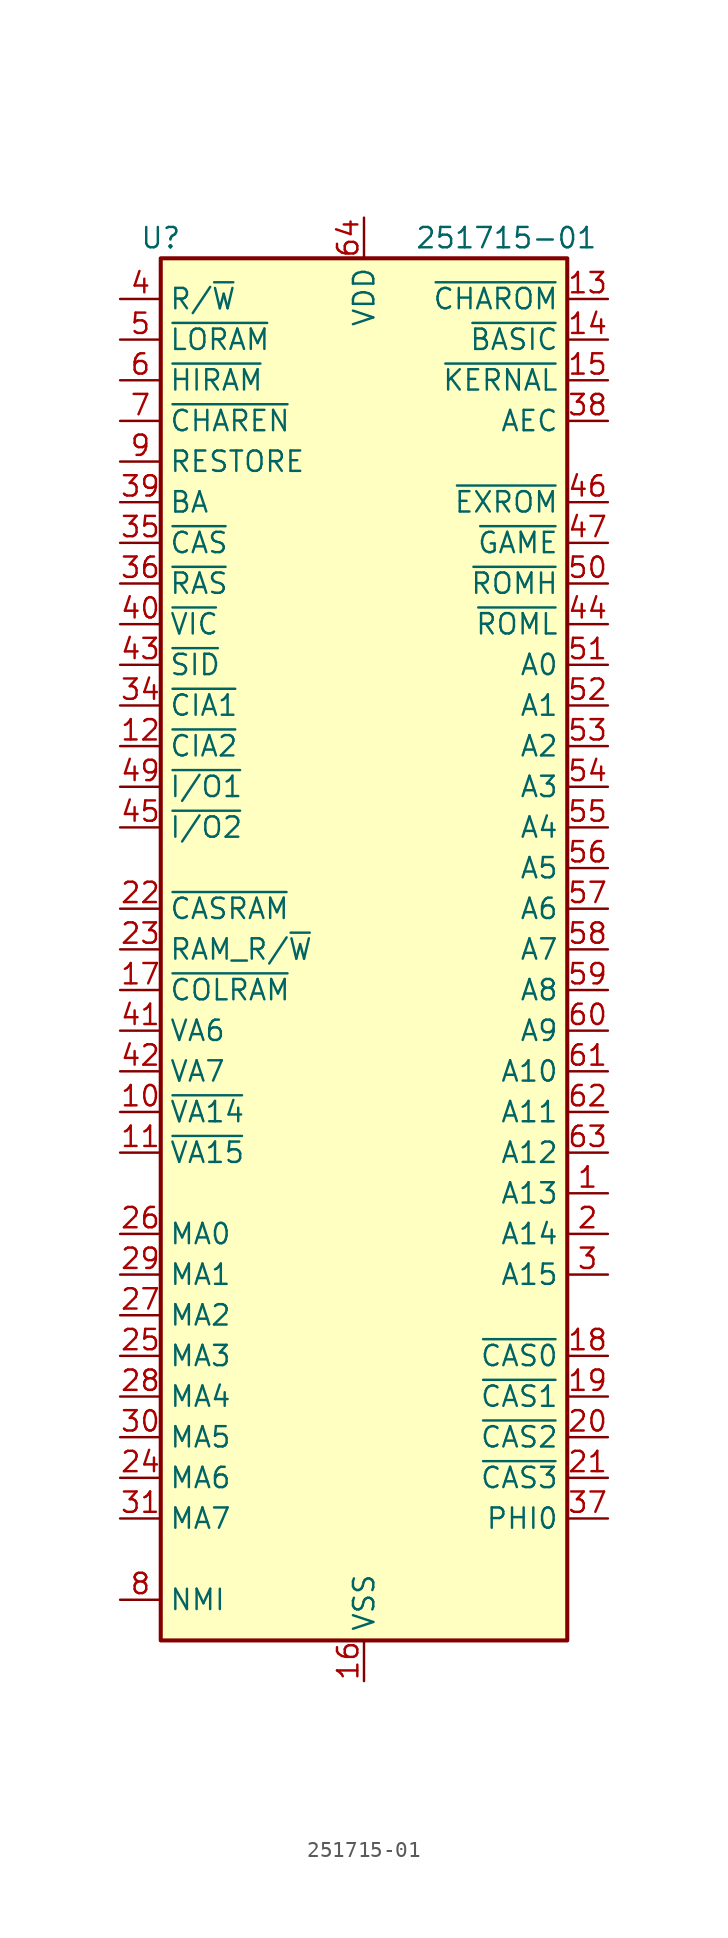
<source format=kicad_sym>
(kicad_symbol_lib
  (version 20220914)
  (generator kicad_symbol_editor)
  (symbol "251715-01"
    (property "Reference" "U"
      (at -12.7 44.45 0)
      (effects (font (size 1.27 1.27))))
    (property "Value" "251715-01"
      (at 8.89 44.45 0)
      (effects (font (size 1.27 1.27))))
    (symbol "251715-01_0_1"
      (rectangle (start -12.7 43.18) (end 12.7 -43.18) (stroke (width 0.254) (type solid)) (fill (type background))))
    (symbol "251715-01_1_1"
      (pin bidirectional line (at 15.24 -15.24 180) (length 2.54) (name "A13" (effects (font (size 1.27 1.27)))) (number "1" (effects (font (size 1.27 1.27)))))
      (pin input line (at -15.24 -10.16 0) (length 2.54) (name "~{VA14}" (effects (font (size 1.27 1.27)))) (number "10" (effects (font (size 1.27 1.27)))))
      (pin input line (at -15.24 -12.7 0) (length 2.54) (name "~{VA15}" (effects (font (size 1.27 1.27)))) (number "11" (effects (font (size 1.27 1.27)))))
      (pin output line (at -15.24 12.7 0) (length 2.54) (name "~{CIA2}" (effects (font (size 1.27 1.27)))) (number "12" (effects (font (size 1.27 1.27)))))
      (pin output line (at 15.24 40.64 180) (length 2.54) (name "~{CHAROM}" (effects (font (size 1.27 1.27)))) (number "13" (effects (font (size 1.27 1.27)))))
      (pin output line (at 15.24 38.1 180) (length 2.54) (name "~{BASIC}" (effects (font (size 1.27 1.27)))) (number "14" (effects (font (size 1.27 1.27)))))
      (pin output line (at 15.24 35.56 180) (length 2.54) (name "~{KERNAL}" (effects (font (size 1.27 1.27)))) (number "15" (effects (font (size 1.27 1.27)))))
      (pin power_in line (at 0 -45.72 90) (length 2.54) (name "VSS" (effects (font (size 1.27 1.27)))) (number "16" (effects (font (size 1.27 1.27)))))
      (pin output line (at -15.24 -2.54 0) (length 2.54) (name "~{COLRAM}" (effects (font (size 1.27 1.27)))) (number "17" (effects (font (size 1.27 1.27)))))
      (pin output line (at 15.24 -25.4 180) (length 2.54) (name "~{CAS0}" (effects (font (size 1.27 1.27)))) (number "18" (effects (font (size 1.27 1.27)))))
      (pin output line (at 15.24 -27.94 180) (length 2.54) (name "~{CAS1}" (effects (font (size 1.27 1.27)))) (number "19" (effects (font (size 1.27 1.27)))))
      (pin bidirectional line (at 15.24 -17.78 180) (length 2.54) (name "A14" (effects (font (size 1.27 1.27)))) (number "2" (effects (font (size 1.27 1.27)))))
      (pin output line (at 15.24 -30.48 180) (length 2.54) (name "~{CAS2}" (effects (font (size 1.27 1.27)))) (number "20" (effects (font (size 1.27 1.27)))))
      (pin output line (at 15.24 -33.02 180) (length 2.54) (name "~{CAS3}" (effects (font (size 1.27 1.27)))) (number "21" (effects (font (size 1.27 1.27)))))
      (pin output line (at -15.24 2.54 0) (length 2.54) (name "~{CASRAM}" (effects (font (size 1.27 1.27)))) (number "22" (effects (font (size 1.27 1.27)))))
      (pin output line (at -15.24 0 0) (length 2.54) (name "RAM_R/~{W}" (effects (font (size 1.27 1.27)))) (number "23" (effects (font (size 1.27 1.27)))))
      (pin bidirectional line (at -15.24 -33.02 0) (length 2.54) (name "MA6" (effects (font (size 1.27 1.27)))) (number "24" (effects (font (size 1.27 1.27)))))
      (pin bidirectional line (at -15.24 -25.4 0) (length 2.54) (name "MA3" (effects (font (size 1.27 1.27)))) (number "25" (effects (font (size 1.27 1.27)))))
      (pin bidirectional line (at -15.24 -17.78 0) (length 2.54) (name "MA0" (effects (font (size 1.27 1.27)))) (number "26" (effects (font (size 1.27 1.27)))))
      (pin bidirectional line (at -15.24 -22.86 0) (length 2.54) (name "MA2" (effects (font (size 1.27 1.27)))) (number "27" (effects (font (size 1.27 1.27)))))
      (pin bidirectional line (at -15.24 -27.94 0) (length 2.54) (name "MA4" (effects (font (size 1.27 1.27)))) (number "28" (effects (font (size 1.27 1.27)))))
      (pin bidirectional line (at -15.24 -20.32 0) (length 2.54) (name "MA1" (effects (font (size 1.27 1.27)))) (number "29" (effects (font (size 1.27 1.27)))))
      (pin bidirectional line (at 15.24 -20.32 180) (length 2.54) (name "A15" (effects (font (size 1.27 1.27)))) (number "3" (effects (font (size 1.27 1.27)))))
      (pin bidirectional line (at -15.24 -30.48 0) (length 2.54) (name "MA5" (effects (font (size 1.27 1.27)))) (number "30" (effects (font (size 1.27 1.27)))))
      (pin bidirectional line (at -15.24 -35.56 0) (length 2.54) (name "MA7" (effects (font (size 1.27 1.27)))) (number "31" (effects (font (size 1.27 1.27)))))
      (pin no_connect line (at 15.24 -40.64 180) (length 2.54) hide (name "NC" (effects (font (size 1.27 1.27)))) (number "32" (effects (font (size 1.27 1.27)))))
      (pin passive line (at 0 -45.72 90) (length 2.54) hide (name "VSS" (effects (font (size 1.27 1.27)))) (number "33" (effects (font (size 1.27 1.27)))))
      (pin output line (at -15.24 15.24 0) (length 2.54) (name "~{CIA1}" (effects (font (size 1.27 1.27)))) (number "34" (effects (font (size 1.27 1.27)))))
      (pin input line (at -15.24 25.4 0) (length 2.54) (name "~{CAS}" (effects (font (size 1.27 1.27)))) (number "35" (effects (font (size 1.27 1.27)))))
      (pin input line (at -15.24 22.86 0) (length 2.54) (name "~{RAS}" (effects (font (size 1.27 1.27)))) (number "36" (effects (font (size 1.27 1.27)))))
      (pin input line (at 15.24 -35.56 180) (length 2.54) (name "PHI0" (effects (font (size 1.27 1.27)))) (number "37" (effects (font (size 1.27 1.27)))))
      (pin input line (at 15.24 33.02 180) (length 2.54) (name "AEC" (effects (font (size 1.27 1.27)))) (number "38" (effects (font (size 1.27 1.27)))))
      (pin input line (at -15.24 27.94 0) (length 2.54) (name "BA" (effects (font (size 1.27 1.27)))) (number "39" (effects (font (size 1.27 1.27)))))
      (pin input line (at -15.24 40.64 0) (length 2.54) (name "R/~{W}" (effects (font (size 1.27 1.27)))) (number "4" (effects (font (size 1.27 1.27)))))
      (pin output line (at -15.24 20.32 0) (length 2.54) (name "~{VIC}" (effects (font (size 1.27 1.27)))) (number "40" (effects (font (size 1.27 1.27)))))
      (pin input line (at -15.24 -5.08 0) (length 2.54) (name "VA6" (effects (font (size 1.27 1.27)))) (number "41" (effects (font (size 1.27 1.27)))))
      (pin input line (at -15.24 -7.62 0) (length 2.54) (name "VA7" (effects (font (size 1.27 1.27)))) (number "42" (effects (font (size 1.27 1.27)))))
      (pin output line (at -15.24 17.78 0) (length 2.54) (name "~{SID}" (effects (font (size 1.27 1.27)))) (number "43" (effects (font (size 1.27 1.27)))))
      (pin output line (at 15.24 20.32 180) (length 2.54) (name "~{ROML}" (effects (font (size 1.27 1.27)))) (number "44" (effects (font (size 1.27 1.27)))))
      (pin output line (at -15.24 7.62 0) (length 2.54) (name "~{I/O2}" (effects (font (size 1.27 1.27)))) (number "45" (effects (font (size 1.27 1.27)))))
      (pin input line (at 15.24 27.94 180) (length 2.54) (name "~{EXROM}" (effects (font (size 1.27 1.27)))) (number "46" (effects (font (size 1.27 1.27)))))
      (pin input line (at 15.24 25.4 180) (length 2.54) (name "~{GAME}" (effects (font (size 1.27 1.27)))) (number "47" (effects (font (size 1.27 1.27)))))
      (pin passive line (at 0 -45.72 90) (length 2.54) hide (name "VSS" (effects (font (size 1.27 1.27)))) (number "48" (effects (font (size 1.27 1.27)))))
      (pin output line (at -15.24 10.16 0) (length 2.54) (name "~{I/O1}" (effects (font (size 1.27 1.27)))) (number "49" (effects (font (size 1.27 1.27)))))
      (pin input line (at -15.24 38.1 0) (length 2.54) (name "~{LORAM}" (effects (font (size 1.27 1.27)))) (number "5" (effects (font (size 1.27 1.27)))))
      (pin output line (at 15.24 22.86 180) (length 2.54) (name "~{ROMH}" (effects (font (size 1.27 1.27)))) (number "50" (effects (font (size 1.27 1.27)))))
      (pin bidirectional line (at 15.24 17.78 180) (length 2.54) (name "A0" (effects (font (size 1.27 1.27)))) (number "51" (effects (font (size 1.27 1.27)))))
      (pin bidirectional line (at 15.24 15.24 180) (length 2.54) (name "A1" (effects (font (size 1.27 1.27)))) (number "52" (effects (font (size 1.27 1.27)))))
      (pin bidirectional line (at 15.24 12.7 180) (length 2.54) (name "A2" (effects (font (size 1.27 1.27)))) (number "53" (effects (font (size 1.27 1.27)))))
      (pin bidirectional line (at 15.24 10.16 180) (length 2.54) (name "A3" (effects (font (size 1.27 1.27)))) (number "54" (effects (font (size 1.27 1.27)))))
      (pin bidirectional line (at 15.24 7.62 180) (length 2.54) (name "A4" (effects (font (size 1.27 1.27)))) (number "55" (effects (font (size 1.27 1.27)))))
      (pin bidirectional line (at 15.24 5.08 180) (length 2.54) (name "A5" (effects (font (size 1.27 1.27)))) (number "56" (effects (font (size 1.27 1.27)))))
      (pin bidirectional line (at 15.24 2.54 180) (length 2.54) (name "A6" (effects (font (size 1.27 1.27)))) (number "57" (effects (font (size 1.27 1.27)))))
      (pin bidirectional line (at 15.24 0 180) (length 2.54) (name "A7" (effects (font (size 1.27 1.27)))) (number "58" (effects (font (size 1.27 1.27)))))
      (pin bidirectional line (at 15.24 -2.54 180) (length 2.54) (name "A8" (effects (font (size 1.27 1.27)))) (number "59" (effects (font (size 1.27 1.27)))))
      (pin input line (at -15.24 35.56 0) (length 2.54) (name "~{HIRAM}" (effects (font (size 1.27 1.27)))) (number "6" (effects (font (size 1.27 1.27)))))
      (pin bidirectional line (at 15.24 -5.08 180) (length 2.54) (name "A9" (effects (font (size 1.27 1.27)))) (number "60" (effects (font (size 1.27 1.27)))))
      (pin bidirectional line (at 15.24 -7.62 180) (length 2.54) (name "A10" (effects (font (size 1.27 1.27)))) (number "61" (effects (font (size 1.27 1.27)))))
      (pin bidirectional line (at 15.24 -10.16 180) (length 2.54) (name "A11" (effects (font (size 1.27 1.27)))) (number "62" (effects (font (size 1.27 1.27)))))
      (pin bidirectional line (at 15.24 -12.7 180) (length 2.54) (name "A12" (effects (font (size 1.27 1.27)))) (number "63" (effects (font (size 1.27 1.27)))))
      (pin power_in line (at 0 45.72 270) (length 2.54) (name "VDD" (effects (font (size 1.27 1.27)))) (number "64" (effects (font (size 1.27 1.27)))))
      (pin input line (at -15.24 33.02 0) (length 2.54) (name "~{CHAREN}" (effects (font (size 1.27 1.27)))) (number "7" (effects (font (size 1.27 1.27)))))
      (pin output line (at -15.24 -40.64 0) (length 2.54) (name "NMI" (effects (font (size 1.27 1.27)))) (number "8" (effects (font (size 1.27 1.27)))))
      (pin input line (at -15.24 30.48 0) (length 2.54) (name "RESTORE" (effects (font (size 1.27 1.27)))) (number "9" (effects (font (size 1.27 1.27))))))))
</source>
